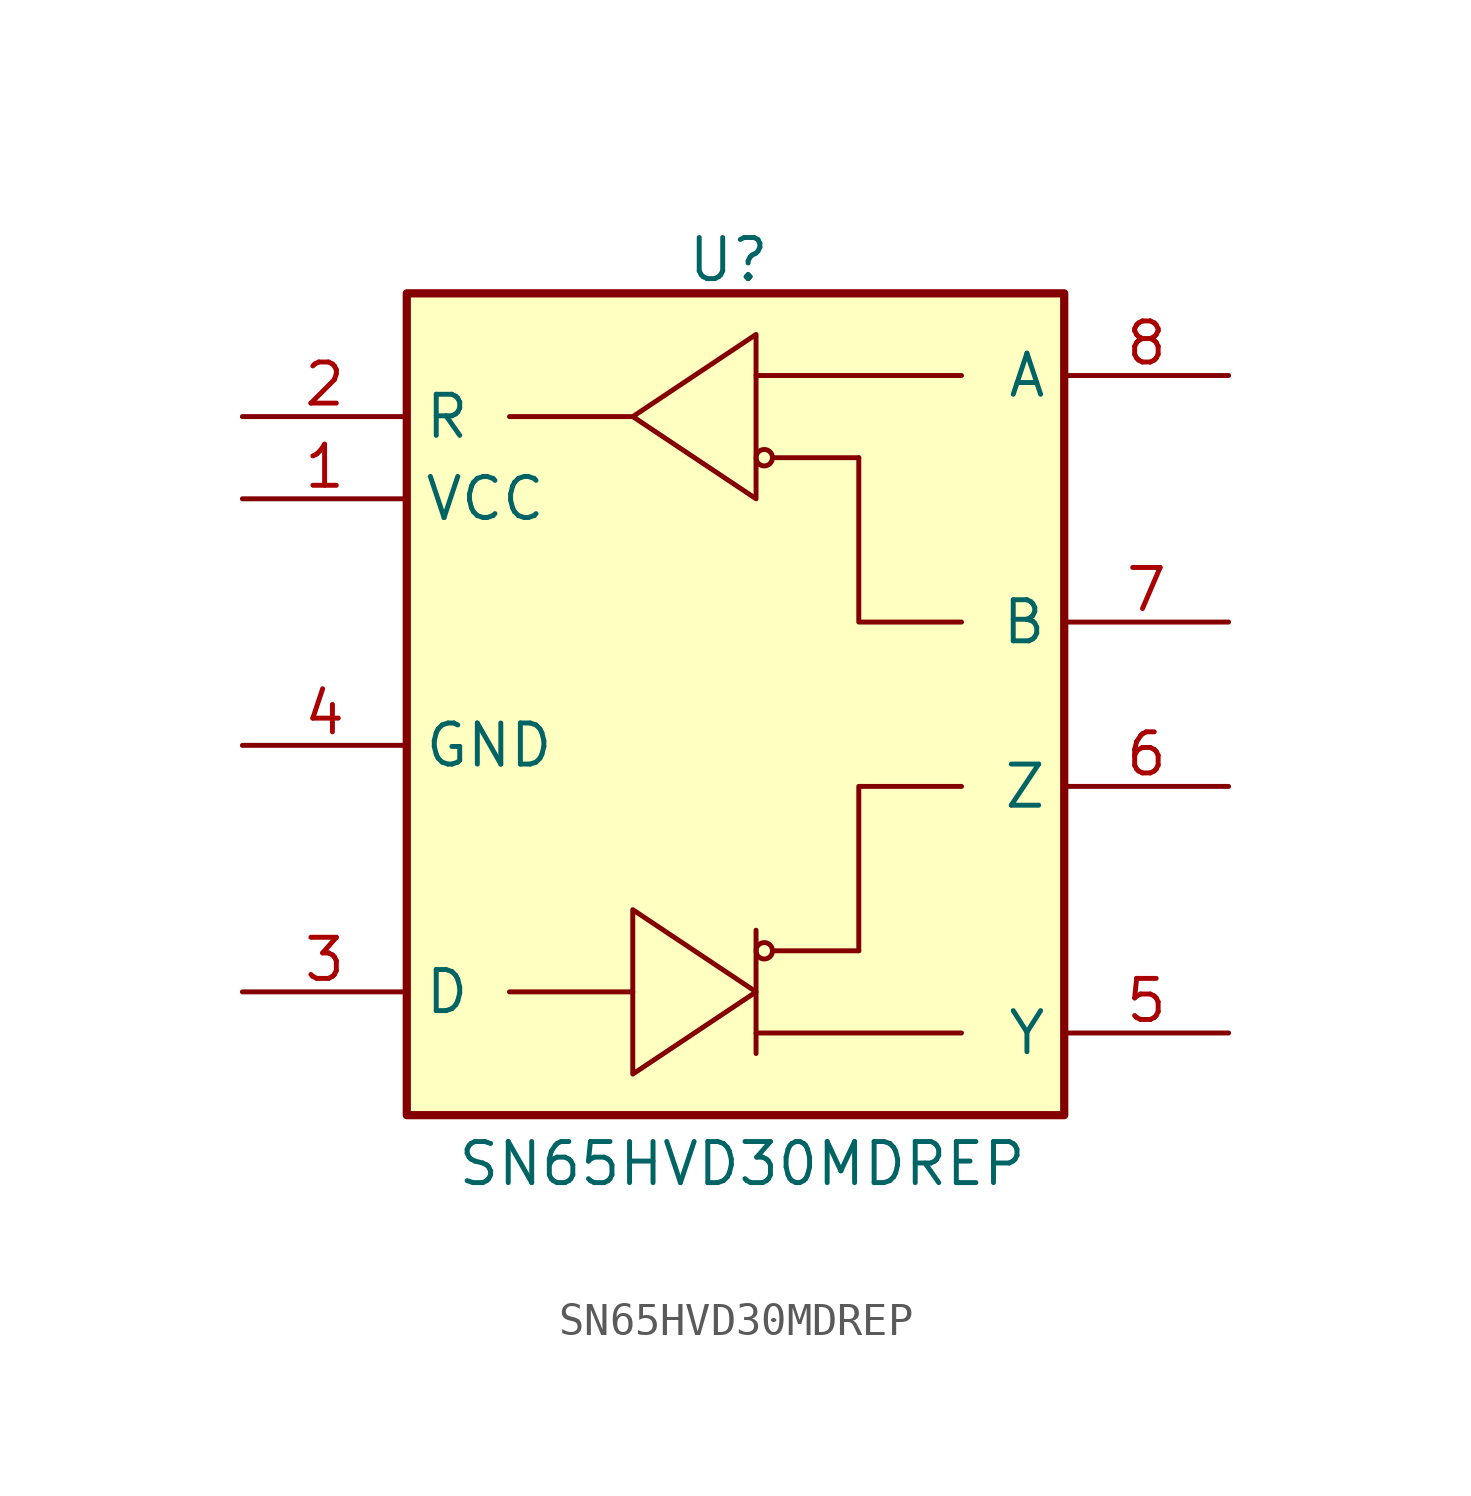
<source format=kicad_sym>
(kicad_symbol_lib
  (version 20231120)
  (generator "kicad_symbol_editor")
  (generator_version "8.0")
  (symbol "SN65HVD30MDREP"
    (property "Reference" "U"
      (at 8.636 17.018 0)
      (do_not_autoplace)
      (effects (font (size 1.27 1.27)) (justify left top)))
    (property "Value" "SN65HVD30MDREP"
      (at 1.524 -10.922 0)
      (do_not_autoplace)
      (effects (font (size 1.27 1.27)) (justify left top)))
    (symbol "SN65HVD30MDREP_0_1"
      (polyline (pts (xy 3.175 11.43) (xy 6.985 11.43)) (stroke (width 0) (type default)) (fill (type none)))
      (polyline (pts (xy 6.985 -6.35) (xy 3.175 -6.35)) (stroke (width 0) (type default)) (fill (type none)))
      (polyline (pts (xy 10.795 -8.255) (xy 10.795 -4.445)) (stroke (width 0) (type default)) (fill (type none)))
      (polyline (pts (xy 10.795 -7.62) (xy 17.145 -7.62)) (stroke (width 0) (type default)) (fill (type none)))
      (polyline (pts (xy 10.795 12.7) (xy 17.145 12.7)) (stroke (width 0) (type default)) (fill (type none)))
      (polyline (pts (xy 11.303 -5.08) (xy 13.97 -5.08)) (stroke (width 0) (type default)) (fill (type none)))
      (polyline (pts (xy 11.303 10.16) (xy 13.97 10.16)) (stroke (width 0) (type default)) (fill (type none)))
      (polyline (pts (xy 13.97 -5.08) (xy 13.97 0) (xy 17.145 0)) (stroke (width 0) (type default)) (fill (type none)))
      (polyline (pts (xy 13.97 10.16) (xy 13.97 5.08) (xy 17.145 5.08)) (stroke (width 0) (type default)) (fill (type none)))
      (polyline (pts (xy 6.985 -3.81) (xy 6.985 -8.89) (xy 10.795 -6.35) (xy 6.985 -3.81)) (stroke (width 0) (type default)) (fill (type none)))
      (polyline (pts (xy 10.795 13.97) (xy 10.795 8.89) (xy 6.985 11.43) (xy 10.795 13.97)) (stroke (width 0) (type default)) (fill (type none)))
      (circle (center 11.049 -5.08) (radius 0.254) (stroke (width 0) (type default)) (fill (type none)))
      (circle (center 11.049 10.16) (radius 0.254) (stroke (width 0) (type default)) (fill (type none))))
    (symbol "SN65HVD30MDREP_1_1"
      (rectangle (start 0 15.24) (end 20.32 -10.16) (stroke (width 0.254) (type default)) (fill (type background)))
      (pin passive line (at -5.08 8.89 0) (length 5.08) (name "VCC" (effects (font (size 1.27 1.27)))) (number "1" (effects (font (size 1.27 1.27)))))
      (pin passive line (at -5.08 11.43 0) (length 5.08) (name "R" (effects (font (size 1.27 1.27)))) (number "2" (effects (font (size 1.27 1.27)))))
      (pin passive line (at -5.08 -6.35 0) (length 5.08) (name "D" (effects (font (size 1.27 1.27)))) (number "3" (effects (font (size 1.27 1.27)))))
      (pin passive line (at -5.08 1.27 0) (length 5.08) (name "GND" (effects (font (size 1.27 1.27)))) (number "4" (effects (font (size 1.27 1.27)))))
      (pin passive line (at 25.4 -7.62 180) (length 5.08) (name "Y" (effects (font (size 1.27 1.27)))) (number "5" (effects (font (size 1.27 1.27)))))
      (pin passive line (at 25.4 0 180) (length 5.08) (name "Z" (effects (font (size 1.27 1.27)))) (number "6" (effects (font (size 1.27 1.27)))))
      (pin passive line (at 25.4 5.08 180) (length 5.08) (name "B" (effects (font (size 1.27 1.27)))) (number "7" (effects (font (size 1.27 1.27)))))
      (pin passive line (at 25.4 12.7 180) (length 5.08) (name "A" (effects (font (size 1.27 1.27)))) (number "8" (effects (font (size 1.27 1.27))))))))
</source>
